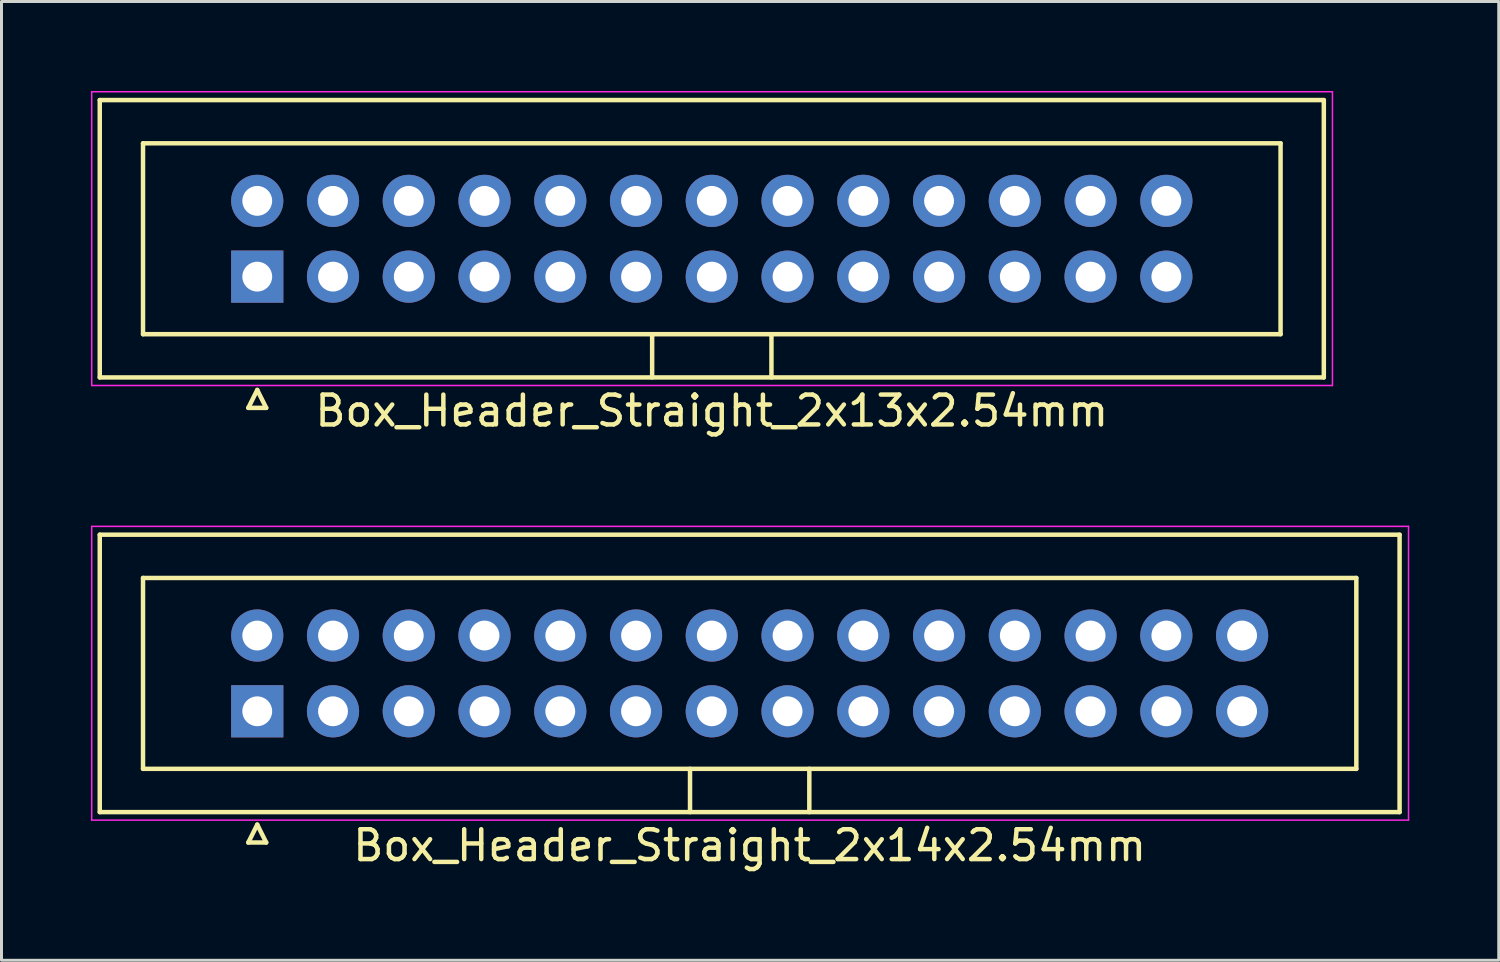
<source format=kicad_pcb>
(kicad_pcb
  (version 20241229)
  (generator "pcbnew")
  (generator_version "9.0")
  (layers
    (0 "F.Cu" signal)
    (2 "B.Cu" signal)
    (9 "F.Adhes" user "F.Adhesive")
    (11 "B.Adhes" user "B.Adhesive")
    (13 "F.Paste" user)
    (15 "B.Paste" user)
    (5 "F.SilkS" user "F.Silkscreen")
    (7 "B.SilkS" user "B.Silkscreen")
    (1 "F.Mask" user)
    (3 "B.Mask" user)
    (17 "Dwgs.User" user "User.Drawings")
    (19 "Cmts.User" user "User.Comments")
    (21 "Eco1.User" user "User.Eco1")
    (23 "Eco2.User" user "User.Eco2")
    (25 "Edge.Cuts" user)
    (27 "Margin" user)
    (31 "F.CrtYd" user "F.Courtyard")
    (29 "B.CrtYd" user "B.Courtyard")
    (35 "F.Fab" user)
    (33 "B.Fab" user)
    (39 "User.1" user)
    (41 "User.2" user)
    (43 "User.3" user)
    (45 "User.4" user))
  (footprint "Box_Header_Straight_2x13x2.54mm"
    (layer "F.Cu")
    (at 5.575 6.225)
    (property "Reference" "Box_Header_Straight_2x13x2.54mm" (at 15.24 4.5 0) (layer "F.SilkS") (effects (font (size 1 1) (thickness 0.15))))
    (attr through_hole)
    (fp_line (start -5.28 -5.92) (end -5.28 3.38) (stroke (width 0.15) (type solid)) (layer "F.SilkS"))
    (fp_line (start -5.28 3.38) (end 35.76 3.38) (stroke (width 0.15) (type solid)) (layer "F.SilkS"))
    (fp_line (start -3.83 -4.47) (end -3.83 1.93) (stroke (width 0.15) (type solid)) (layer "F.SilkS"))
    (fp_line (start -3.83 1.93) (end 34.31 1.93) (stroke (width 0.15) (type solid)) (layer "F.SilkS"))
    (fp_line (start -0.3 4.4) (end 0.3 4.4) (stroke (width 0.15) (type solid)) (layer "F.SilkS"))
    (fp_line (start 0 3.8) (end -0.3 4.4) (stroke (width 0.15) (type solid)) (layer "F.SilkS"))
    (fp_line (start 0.3 4.4) (end 0 3.8) (stroke (width 0.15) (type solid)) (layer "F.SilkS"))
    (fp_line (start 13.24 3.38) (end 13.24 1.93) (stroke (width 0.15) (type solid)) (layer "F.SilkS"))
    (fp_line (start 17.24 3.38) (end 17.24 1.93) (stroke (width 0.15) (type solid)) (layer "F.SilkS"))
    (fp_line (start 34.31 -4.47) (end -3.83 -4.47) (stroke (width 0.15) (type solid)) (layer "F.SilkS"))
    (fp_line (start 34.31 1.93) (end 34.31 -4.47) (stroke (width 0.15) (type solid)) (layer "F.SilkS"))
    (fp_line (start 35.76 -5.92) (end -5.28 -5.92) (stroke (width 0.15) (type solid)) (layer "F.SilkS"))
    (fp_line (start 35.76 3.38) (end 35.76 -5.92) (stroke (width 0.15) (type solid)) (layer "F.SilkS"))
    (fp_line (start -5.55 -6.2) (end -5.55 3.65) (stroke (width 0.05) (type solid)) (layer "F.CrtYd"))
    (fp_line (start -5.55 3.65) (end 36.05 3.65) (stroke (width 0.05) (type solid)) (layer "F.CrtYd"))
    (fp_line (start 36.05 -6.2) (end -5.55 -6.2) (stroke (width 0.05) (type solid)) (layer "F.CrtYd"))
    (fp_line (start 36.05 3.65) (end 36.05 -6.2) (stroke (width 0.05) (type solid)) (layer "F.CrtYd"))
    (pad "1" thru_hole rect (at 0 0) (size 1.75 1.75) (drill 1) (layers "*.Cu" "*.Mask"))
    (pad "2" thru_hole circle (at 0 -2.54) (size 1.75 1.75) (drill 1) (layers "*.Cu" "*.Mask"))
    (pad "3" thru_hole circle (at 2.54 0) (size 1.75 1.75) (drill 1) (layers "*.Cu" "*.Mask"))
    (pad "4" thru_hole circle (at 2.54 -2.54) (size 1.75 1.75) (drill 1) (layers "*.Cu" "*.Mask"))
    (pad "5" thru_hole circle (at 5.08 0) (size 1.75 1.75) (drill 1) (layers "*.Cu" "*.Mask"))
    (pad "6" thru_hole circle (at 5.08 -2.54) (size 1.75 1.75) (drill 1) (layers "*.Cu" "*.Mask"))
    (pad "7" thru_hole circle (at 7.62 0) (size 1.75 1.75) (drill 1) (layers "*.Cu" "*.Mask"))
    (pad "8" thru_hole circle (at 7.62 -2.54) (size 1.75 1.75) (drill 1) (layers "*.Cu" "*.Mask"))
    (pad "9" thru_hole circle (at 10.16 0) (size 1.75 1.75) (drill 1) (layers "*.Cu" "*.Mask"))
    (pad "10" thru_hole circle (at 10.16 -2.54) (size 1.75 1.75) (drill 1) (layers "*.Cu" "*.Mask"))
    (pad "11" thru_hole circle (at 12.7 0) (size 1.75 1.75) (drill 1) (layers "*.Cu" "*.Mask"))
    (pad "12" thru_hole circle (at 12.7 -2.54) (size 1.75 1.75) (drill 1) (layers "*.Cu" "*.Mask"))
    (pad "13" thru_hole circle (at 15.24 0) (size 1.75 1.75) (drill 1) (layers "*.Cu" "*.Mask"))
    (pad "14" thru_hole circle (at 15.24 -2.54) (size 1.75 1.75) (drill 1) (layers "*.Cu" "*.Mask"))
    (pad "15" thru_hole circle (at 17.78 0) (size 1.75 1.75) (drill 1) (layers "*.Cu" "*.Mask"))
    (pad "16" thru_hole circle (at 17.78 -2.54) (size 1.75 1.75) (drill 1) (layers "*.Cu" "*.Mask"))
    (pad "17" thru_hole circle (at 20.32 0) (size 1.75 1.75) (drill 1) (layers "*.Cu" "*.Mask"))
    (pad "18" thru_hole circle (at 20.32 -2.54) (size 1.75 1.75) (drill 1) (layers "*.Cu" "*.Mask"))
    (pad "19" thru_hole circle (at 22.86 0) (size 1.75 1.75) (drill 1) (layers "*.Cu" "*.Mask"))
    (pad "20" thru_hole circle (at 22.86 -2.54) (size 1.75 1.75) (drill 1) (layers "*.Cu" "*.Mask"))
    (pad "21" thru_hole circle (at 25.4 0) (size 1.75 1.75) (drill 1) (layers "*.Cu" "*.Mask"))
    (pad "22" thru_hole circle (at 25.4 -2.54) (size 1.75 1.75) (drill 1) (layers "*.Cu" "*.Mask"))
    (pad "23" thru_hole circle (at 27.94 0) (size 1.75 1.75) (drill 1) (layers "*.Cu" "*.Mask"))
    (pad "24" thru_hole circle (at 27.94 -2.54) (size 1.75 1.75) (drill 1) (layers "*.Cu" "*.Mask"))
    (pad "25" thru_hole circle (at 30.48 0) (size 1.75 1.75) (drill 1) (layers "*.Cu" "*.Mask"))
    (pad "26" thru_hole circle (at 30.48 -2.54) (size 1.75 1.75) (drill 1) (layers "*.Cu" "*.Mask")))
  (footprint "Box_Header_Straight_2x14x2.54mm"
    (layer "F.Cu")
    (at 5.575 20.798)
    (property "Reference" "Box_Header_Straight_2x14x2.54mm" (at 16.51 4.5 0) (layer "F.SilkS") (effects (font (size 1 1) (thickness 0.15))))
    (attr through_hole)
    (fp_line (start -5.28 -5.92) (end -5.28 3.38) (stroke (width 0.15) (type solid)) (layer "F.SilkS"))
    (fp_line (start -5.28 3.38) (end 38.3 3.38) (stroke (width 0.15) (type solid)) (layer "F.SilkS"))
    (fp_line (start -3.83 -4.47) (end -3.83 1.93) (stroke (width 0.15) (type solid)) (layer "F.SilkS"))
    (fp_line (start -3.83 1.93) (end 36.85 1.93) (stroke (width 0.15) (type solid)) (layer "F.SilkS"))
    (fp_line (start -0.3 4.4) (end 0.3 4.4) (stroke (width 0.15) (type solid)) (layer "F.SilkS"))
    (fp_line (start 0 3.8) (end -0.3 4.4) (stroke (width 0.15) (type solid)) (layer "F.SilkS"))
    (fp_line (start 0.3 4.4) (end 0 3.8) (stroke (width 0.15) (type solid)) (layer "F.SilkS"))
    (fp_line (start 14.51 3.38) (end 14.51 1.93) (stroke (width 0.15) (type solid)) (layer "F.SilkS"))
    (fp_line (start 18.51 3.38) (end 18.51 1.93) (stroke (width 0.15) (type solid)) (layer "F.SilkS"))
    (fp_line (start 36.85 -4.47) (end -3.83 -4.47) (stroke (width 0.15) (type solid)) (layer "F.SilkS"))
    (fp_line (start 36.85 1.93) (end 36.85 -4.47) (stroke (width 0.15) (type solid)) (layer "F.SilkS"))
    (fp_line (start 38.3 -5.92) (end -5.28 -5.92) (stroke (width 0.15) (type solid)) (layer "F.SilkS"))
    (fp_line (start 38.3 3.38) (end 38.3 -5.92) (stroke (width 0.15) (type solid)) (layer "F.SilkS"))
    (fp_line (start -5.55 -6.2) (end -5.55 3.65) (stroke (width 0.05) (type solid)) (layer "F.CrtYd"))
    (fp_line (start -5.55 3.65) (end 38.6 3.65) (stroke (width 0.05) (type solid)) (layer "F.CrtYd"))
    (fp_line (start 38.6 -6.2) (end -5.55 -6.2) (stroke (width 0.05) (type solid)) (layer "F.CrtYd"))
    (fp_line (start 38.6 3.65) (end 38.6 -6.2) (stroke (width 0.05) (type solid)) (layer "F.CrtYd"))
    (pad "1" thru_hole rect (at 0 0) (size 1.75 1.75) (drill 1) (layers "*.Cu" "*.Mask"))
    (pad "2" thru_hole circle (at 0 -2.54) (size 1.75 1.75) (drill 1) (layers "*.Cu" "*.Mask"))
    (pad "3" thru_hole circle (at 2.54 0) (size 1.75 1.75) (drill 1) (layers "*.Cu" "*.Mask"))
    (pad "4" thru_hole circle (at 2.54 -2.54) (size 1.75 1.75) (drill 1) (layers "*.Cu" "*.Mask"))
    (pad "5" thru_hole circle (at 5.08 0) (size 1.75 1.75) (drill 1) (layers "*.Cu" "*.Mask"))
    (pad "6" thru_hole circle (at 5.08 -2.54) (size 1.75 1.75) (drill 1) (layers "*.Cu" "*.Mask"))
    (pad "7" thru_hole circle (at 7.62 0) (size 1.75 1.75) (drill 1) (layers "*.Cu" "*.Mask"))
    (pad "8" thru_hole circle (at 7.62 -2.54) (size 1.75 1.75) (drill 1) (layers "*.Cu" "*.Mask"))
    (pad "9" thru_hole circle (at 10.16 0) (size 1.75 1.75) (drill 1) (layers "*.Cu" "*.Mask"))
    (pad "10" thru_hole circle (at 10.16 -2.54) (size 1.75 1.75) (drill 1) (layers "*.Cu" "*.Mask"))
    (pad "11" thru_hole circle (at 12.7 0) (size 1.75 1.75) (drill 1) (layers "*.Cu" "*.Mask"))
    (pad "12" thru_hole circle (at 12.7 -2.54) (size 1.75 1.75) (drill 1) (layers "*.Cu" "*.Mask"))
    (pad "13" thru_hole circle (at 15.24 0) (size 1.75 1.75) (drill 1) (layers "*.Cu" "*.Mask"))
    (pad "14" thru_hole circle (at 15.24 -2.54) (size 1.75 1.75) (drill 1) (layers "*.Cu" "*.Mask"))
    (pad "15" thru_hole circle (at 17.78 0) (size 1.75 1.75) (drill 1) (layers "*.Cu" "*.Mask"))
    (pad "16" thru_hole circle (at 17.78 -2.54) (size 1.75 1.75) (drill 1) (layers "*.Cu" "*.Mask"))
    (pad "17" thru_hole circle (at 20.32 0) (size 1.75 1.75) (drill 1) (layers "*.Cu" "*.Mask"))
    (pad "18" thru_hole circle (at 20.32 -2.54) (size 1.75 1.75) (drill 1) (layers "*.Cu" "*.Mask"))
    (pad "19" thru_hole circle (at 22.86 0) (size 1.75 1.75) (drill 1) (layers "*.Cu" "*.Mask"))
    (pad "20" thru_hole circle (at 22.86 -2.54) (size 1.75 1.75) (drill 1) (layers "*.Cu" "*.Mask"))
    (pad "21" thru_hole circle (at 25.4 0) (size 1.75 1.75) (drill 1) (layers "*.Cu" "*.Mask"))
    (pad "22" thru_hole circle (at 25.4 -2.54) (size 1.75 1.75) (drill 1) (layers "*.Cu" "*.Mask"))
    (pad "23" thru_hole circle (at 27.94 0) (size 1.75 1.75) (drill 1) (layers "*.Cu" "*.Mask"))
    (pad "24" thru_hole circle (at 27.94 -2.54) (size 1.75 1.75) (drill 1) (layers "*.Cu" "*.Mask"))
    (pad "25" thru_hole circle (at 30.48 0) (size 1.75 1.75) (drill 1) (layers "*.Cu" "*.Mask"))
    (pad "26" thru_hole circle (at 30.48 -2.54) (size 1.75 1.75) (drill 1) (layers "*.Cu" "*.Mask"))
    (pad "27" thru_hole circle (at 33.02 0) (size 1.75 1.75) (drill 1) (layers "*.Cu" "*.Mask"))
    (pad "28" thru_hole circle (at 33.02 -2.54) (size 1.75 1.75) (drill 1) (layers "*.Cu" "*.Mask")))
  (gr_rect
    (start -3 -3)
    (end 47.2 29.146)
    (stroke (width 0.1) (type default))
    (fill no)
    (layer "Edge.Cuts")))
</source>
